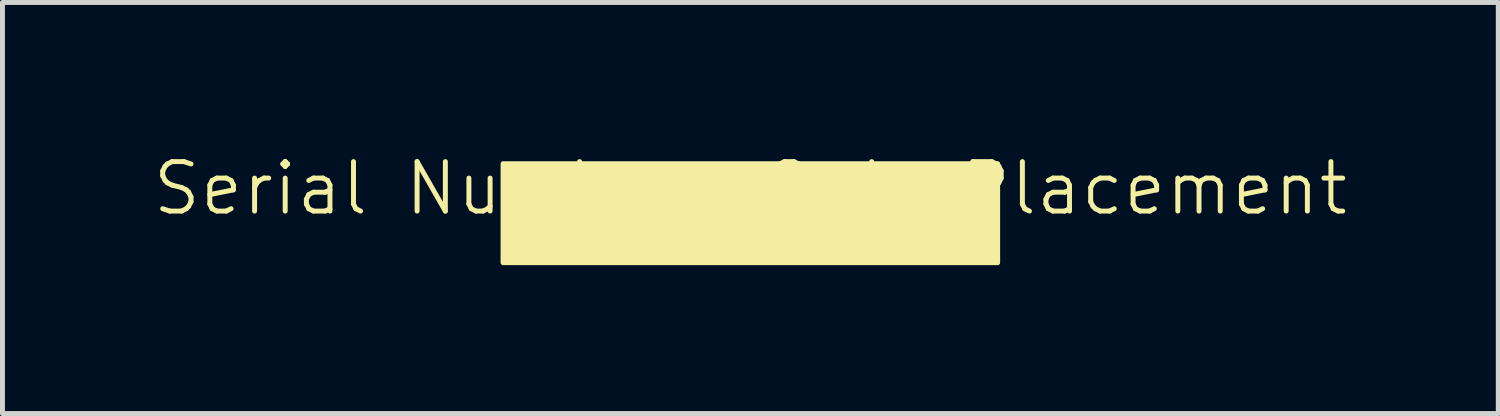
<source format=kicad_pcb>
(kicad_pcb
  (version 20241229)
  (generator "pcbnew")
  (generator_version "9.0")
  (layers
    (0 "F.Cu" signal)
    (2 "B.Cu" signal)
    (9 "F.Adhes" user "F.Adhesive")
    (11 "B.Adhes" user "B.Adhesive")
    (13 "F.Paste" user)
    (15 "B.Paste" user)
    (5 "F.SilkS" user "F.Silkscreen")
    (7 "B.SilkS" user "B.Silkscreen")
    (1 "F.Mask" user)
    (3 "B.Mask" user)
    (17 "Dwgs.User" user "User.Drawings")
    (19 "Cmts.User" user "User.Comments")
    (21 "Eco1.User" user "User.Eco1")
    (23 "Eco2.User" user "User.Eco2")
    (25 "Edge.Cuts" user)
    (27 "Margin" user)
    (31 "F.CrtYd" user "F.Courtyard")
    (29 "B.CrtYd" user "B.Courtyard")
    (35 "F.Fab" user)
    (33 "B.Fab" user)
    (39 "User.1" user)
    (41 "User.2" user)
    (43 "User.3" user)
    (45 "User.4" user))
  (footprint "Serial Numbers Only Placement"
    (layer "F.Cu")
    (at 12.121 1.26)
    (property "Reference" "Serial Numbers Only Placement" (at 0 -0.5 0) (unlocked yes) (layer "F.SilkS") (effects (font (size 1 1) (thickness 0.1))))
    (attr board_only exclude_from_bom)
    (fp_rect (start -5 -1) (end 5 1) (stroke (width 0.1) (type solid)) (fill yes) (layer "F.SilkS")))
  (gr_rect
    (start -3 -3)
    (end 27.243 5.311)
    (stroke (width 0.1) (type default))
    (fill no)
    (layer "Edge.Cuts")))
</source>
